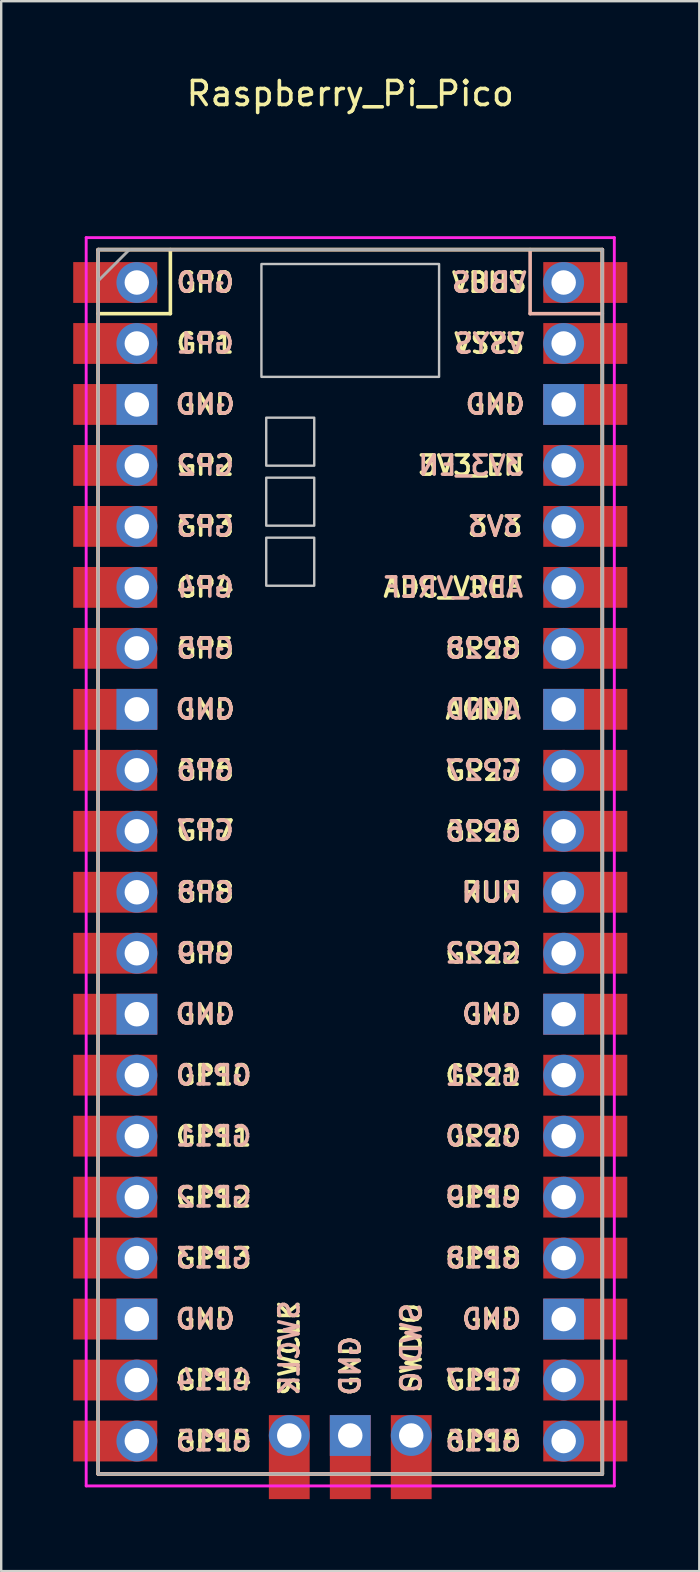
<source format=kicad_pcb>
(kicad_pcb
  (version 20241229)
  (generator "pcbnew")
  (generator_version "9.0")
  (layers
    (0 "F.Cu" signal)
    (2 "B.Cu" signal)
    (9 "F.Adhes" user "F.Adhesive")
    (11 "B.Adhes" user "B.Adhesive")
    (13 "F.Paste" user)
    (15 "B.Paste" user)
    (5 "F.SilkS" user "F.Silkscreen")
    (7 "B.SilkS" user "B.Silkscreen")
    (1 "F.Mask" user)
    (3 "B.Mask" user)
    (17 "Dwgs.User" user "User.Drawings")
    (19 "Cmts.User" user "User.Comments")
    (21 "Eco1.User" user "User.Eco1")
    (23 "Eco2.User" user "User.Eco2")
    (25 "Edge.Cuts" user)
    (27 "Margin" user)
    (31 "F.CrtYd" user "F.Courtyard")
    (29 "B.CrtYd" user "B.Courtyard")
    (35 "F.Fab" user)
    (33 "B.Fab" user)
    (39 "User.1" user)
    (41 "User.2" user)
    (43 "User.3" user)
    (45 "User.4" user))
  (footprint "Raspberry_Pi_Pico"
    (layer "F.Cu")
    (at 11.54 32.848)
    (property "Reference" "Raspberry_Pi_Pico" (at 0 -32 0) (layer "F.SilkS") (effects (font (size 1 1) (thickness 0.15))))
    (attr through_hole)
    (fp_line (start -10.5 -25.5) (end -10.5 25.5) (stroke (width 0.15) (type solid)) (layer "F.SilkS"))
    (fp_line (start -10.5 -25.5) (end 10.5 -25.5) (stroke (width 0.15) (type solid)) (layer "F.SilkS"))
    (fp_line (start -10.5 -22.833) (end -7.493 -22.833) (stroke (width 0.15) (type solid)) (layer "F.SilkS"))
    (fp_line (start -7.493 -22.833) (end -7.493 -25.5) (stroke (width 0.15) (type solid)) (layer "F.SilkS"))
    (fp_line (start 10.5 -25.5) (end 10.5 25.5) (stroke (width 0.15) (type solid)) (layer "F.SilkS"))
    (fp_line (start 10.5 25.5) (end -10.5 25.5) (stroke (width 0.15) (type solid)) (layer "F.SilkS"))
    (fp_line (start -10.5 -25.5) (end -10.5 25.5) (stroke (width 0.15) (type solid)) (layer "B.SilkS"))
    (fp_line (start -10.5 25.5) (end 10.5 25.5) (stroke (width 0.15) (type solid)) (layer "B.SilkS"))
    (fp_line (start 7.493 -22.833) (end 7.493 -25.5) (stroke (width 0.15) (type solid)) (layer "B.SilkS"))
    (fp_line (start 10.5 -25.5) (end -10.5 -25.5) (stroke (width 0.15) (type solid)) (layer "B.SilkS"))
    (fp_line (start 10.5 -25.5) (end 10.5 25.5) (stroke (width 0.15) (type solid)) (layer "B.SilkS"))
    (fp_line (start 10.5 -22.833) (end 7.493 -22.833) (stroke (width 0.15) (type solid)) (layer "B.SilkS"))
    (fp_poly (pts (xy -1.5 -16.5) (xy -3.5 -16.5) (xy -3.5 -18.5) (xy -1.5 -18.5)) (stroke (width 0.1) (type solid)) (fill no) (layer "Dwgs.User"))
    (fp_poly (pts (xy -1.5 -14) (xy -3.5 -14) (xy -3.5 -16) (xy -1.5 -16)) (stroke (width 0.1) (type solid)) (fill no) (layer "Dwgs.User"))
    (fp_poly (pts (xy -1.5 -11.5) (xy -3.5 -11.5) (xy -3.5 -13.5) (xy -1.5 -13.5)) (stroke (width 0.1) (type solid)) (fill no) (layer "Dwgs.User"))
    (fp_poly (pts (xy 3.7 -20.2) (xy -3.7 -20.2) (xy -3.7 -24.9) (xy 3.7 -24.9)) (stroke (width 0.1) (type solid)) (fill no) (layer "Dwgs.User"))
    (fp_line (start -11 -26) (end 11 -26) (stroke (width 0.12) (type solid)) (layer "F.CrtYd"))
    (fp_line (start -11 26) (end -11 -26) (stroke (width 0.12) (type solid)) (layer "F.CrtYd"))
    (fp_line (start 11 -26) (end 11 26) (stroke (width 0.12) (type solid)) (layer "F.CrtYd"))
    (fp_line (start 11 26) (end -11 26) (stroke (width 0.12) (type solid)) (layer "F.CrtYd"))
    (fp_line (start -10.5 -25.5) (end 10.5 -25.5) (stroke (width 0.12) (type solid)) (layer "F.Fab"))
    (fp_line (start -10.5 -24.2) (end -9.2 -25.5) (stroke (width 0.12) (type solid)) (layer "F.Fab"))
    (fp_line (start -10.5 25.5) (end -10.5 -25.5) (stroke (width 0.12) (type solid)) (layer "F.Fab"))
    (fp_line (start 10.5 -25.5) (end 10.5 25.5) (stroke (width 0.12) (type solid)) (layer "F.Fab"))
    (fp_line (start 10.5 25.5) (end -10.5 25.5) (stroke (width 0.12) (type solid)) (layer "F.Fab"))
    (fp_text user "GP18" (at 5.54 16.51 0) (layer "F.SilkS") (effects (font (size 0.8 0.8) (thickness 0.15))))
    (fp_text user "GP13" (at -5.69 16.51 0) (layer "F.SilkS") (effects (font (size 0.8 0.8) (thickness 0.15))))
    (fp_text user "GP28" (at 5.54 -8.89 0) (layer "F.SilkS") (effects (font (size 0.8 0.8) (thickness 0.15))))
    (fp_text user "GP16" (at 5.54 24.13 0) (layer "F.SilkS") (effects (font (size 0.8 0.8) (thickness 0.15))))
    (fp_text user "GP21" (at 5.54 8.9 0) (layer "F.SilkS") (effects (font (size 0.8 0.8) (thickness 0.15))))
    (fp_text user "VSYS" (at 5.79 -21.59 0) (layer "F.SilkS") (effects (font (size 0.8 0.8) (thickness 0.15))))
    (fp_text user "GP0" (at -6.04 -24.13 0) (layer "F.SilkS") (effects (font (size 0.8 0.8) (thickness 0.15))))
    (fp_text user "GND" (at 6.04 -19.05 0) (layer "F.SilkS") (effects (font (size 0.8 0.8) (thickness 0.15))))
    (fp_text user "GP27" (at 5.54 -3.8 0) (layer "F.SilkS") (effects (font (size 0.8 0.8) (thickness 0.15))))
    (fp_text user "GP14" (at -5.69 21.59 0) (layer "F.SilkS") (effects (font (size 0.8 0.8) (thickness 0.15))))
    (fp_text user "GND" (at -6.04 6.35 0) (layer "F.SilkS") (effects (font (size 0.8 0.8) (thickness 0.15))))
    (fp_text user "GP11" (at -5.69 11.43 0) (layer "F.SilkS") (effects (font (size 0.8 0.8) (thickness 0.15))))
    (fp_text user "GP6" (at -6.04 -3.81 0) (layer "F.SilkS") (effects (font (size 0.8 0.8) (thickness 0.15))))
    (fp_text user "GP15" (at -5.69 24.13 0) (layer "F.SilkS") (effects (font (size 0.8 0.8) (thickness 0.15))))
    (fp_text user "GND" (at 5.89 19.05 0) (layer "F.SilkS") (effects (font (size 0.8 0.8) (thickness 0.15))))
    (fp_text user "GP7" (at -6.04 -1.3 0) (layer "F.SilkS") (effects (font (size 0.8 0.8) (thickness 0.15))))
    (fp_text user "GND" (at -6.04 -19.05 0) (layer "F.SilkS") (effects (font (size 0.8 0.8) (thickness 0.15))))
    (fp_text user "GP20" (at 5.54 11.43 0) (layer "F.SilkS") (effects (font (size 0.8 0.8) (thickness 0.15))))
    (fp_text user "3V3_EN" (at 5.04 -16.51 0) (layer "F.SilkS") (effects (font (size 0.8 0.8) (thickness 0.15))))
    (fp_text user "SWDIO" (at 2.54 20.25 90) (layer "F.SilkS") (effects (font (size 0.8 0.8) (thickness 0.15))))
    (fp_text user "RUN" (at 5.89 1.27 0) (layer "F.SilkS") (effects (font (size 0.8 0.8) (thickness 0.15))))
    (fp_text user "VBUS" (at 5.79 -24.13 0) (layer "F.SilkS") (effects (font (size 0.8 0.8) (thickness 0.15))))
    (fp_text user "GP12" (at -5.69 13.97 0) (layer "F.SilkS") (effects (font (size 0.8 0.8) (thickness 0.15))))
    (fp_text user "GP17" (at 5.54 21.59 0) (layer "F.SilkS") (effects (font (size 0.8 0.8) (thickness 0.15))))
    (fp_text user "GP22" (at 5.54 3.81 0) (layer "F.SilkS") (effects (font (size 0.8 0.8) (thickness 0.15))))
    (fp_text user "AGND" (at 5.54 -6.35 0) (layer "F.SilkS") (effects (font (size 0.8 0.8) (thickness 0.15))))
    (fp_text user "GP1" (at -6.04 -21.6 0) (layer "F.SilkS") (effects (font (size 0.8 0.8) (thickness 0.15))))
    (fp_text user "3V3" (at 6.04 -13.97 0) (layer "F.SilkS") (effects (font (size 0.8 0.8) (thickness 0.15))))
    (fp_text user "GP19" (at 5.54 13.97 0) (layer "F.SilkS") (effects (font (size 0.8 0.8) (thickness 0.15))))
    (fp_text user "GP4" (at -6.04 -11.43 0) (layer "F.SilkS") (effects (font (size 0.8 0.8) (thickness 0.15))))
    (fp_text user "GP26" (at 5.54 -1.27 0) (layer "F.SilkS") (effects (font (size 0.8 0.8) (thickness 0.15))))
    (fp_text user "ADC_VREF" (at 4.29 -11.43 0) (layer "F.SilkS") (effects (font (size 0.8 0.8) (thickness 0.15))))
    (fp_text user "SWCLK" (at -2.54 20.25 90) (layer "F.SilkS") (effects (font (size 0.8 0.8) (thickness 0.15))))
    (fp_text user "GND" (at -6.04 19.05 0) (layer "F.SilkS") (effects (font (size 0.8 0.8) (thickness 0.15))))
    (fp_text user "GND" (at 0 21 90) (layer "F.SilkS") (effects (font (size 0.8 0.8) (thickness 0.15))))
    (fp_text user "GP10" (at -5.69 8.89 0) (layer "F.SilkS") (effects (font (size 0.8 0.8) (thickness 0.15))))
    (fp_text user "GP8" (at -6.04 1.27 0) (layer "F.SilkS") (effects (font (size 0.8 0.8) (thickness 0.15))))
    (fp_text user "GP5" (at -6.04 -8.89 0) (layer "F.SilkS") (effects (font (size 0.8 0.8) (thickness 0.15))))
    (fp_text user "GND" (at -6.04 -6.35 0) (layer "F.SilkS") (effects (font (size 0.8 0.8) (thickness 0.15))))
    (fp_text user "GP3" (at -6.04 -13.97 0) (layer "F.SilkS") (effects (font (size 0.8 0.8) (thickness 0.15))))
    (fp_text user "GND" (at 5.89 6.35 0) (layer "F.SilkS") (effects (font (size 0.8 0.8) (thickness 0.15))))
    (fp_text user "GP2" (at -6.04 -16.51 0) (layer "F.SilkS") (effects (font (size 0.8 0.8) (thickness 0.15))))
    (fp_text user "GP9" (at -6.04 3.81 0) (layer "F.SilkS") (effects (font (size 0.8 0.8) (thickness 0.15))))
    (fp_text user "VSYS" (at 5.79 -21.59 0) (layer "B.SilkS") (effects (font (size 0.8 0.8) (thickness 0.15)) (justify mirror)))
    (fp_text user "3V3" (at 6.04 -13.97 0) (layer "B.SilkS") (effects (font (size 0.8 0.8) (thickness 0.15)) (justify mirror)))
    (fp_text user "GP27" (at 5.54 -3.8 0) (layer "B.SilkS") (effects (font (size 0.8 0.8) (thickness 0.15)) (justify mirror)))
    (fp_text user "GP14" (at -5.69 21.59 0) (layer "B.SilkS") (effects (font (size 0.8 0.8) (thickness 0.15)) (justify mirror)))
    (fp_text user "GP17" (at 5.54 21.59 0) (layer "B.SilkS") (effects (font (size 0.8 0.8) (thickness 0.15)) (justify mirror)))
    (fp_text user "GP2" (at -6.04 -16.51 0) (layer "B.SilkS") (effects (font (size 0.8 0.8) (thickness 0.15)) (justify mirror)))
    (fp_text user "GP19" (at 5.54 13.97 0) (layer "B.SilkS") (effects (font (size 0.8 0.8) (thickness 0.15)) (justify mirror)))
    (fp_text user "GND" (at 5.89 19.05 0) (layer "B.SilkS") (effects (font (size 0.8 0.8) (thickness 0.15)) (justify mirror)))
    (fp_text user "GP7" (at -6.04 -1.3 0) (layer "B.SilkS") (effects (font (size 0.8 0.8) (thickness 0.15)) (justify mirror)))
    (fp_text user "GND" (at -6.04 19.05 0) (layer "B.SilkS") (effects (font (size 0.8 0.8) (thickness 0.15)) (justify mirror)))
    (fp_text user "GP13" (at -5.69 16.51 0) (layer "B.SilkS") (effects (font (size 0.8 0.8) (thickness 0.15)) (justify mirror)))
    (fp_text user "GP10" (at -5.69 8.89 0) (layer "B.SilkS") (effects (font (size 0.8 0.8) (thickness 0.15)) (justify mirror)))
    (fp_text user "GP16" (at 5.54 24.13 0) (layer "B.SilkS") (effects (font (size 0.8 0.8) (thickness 0.15)) (justify mirror)))
    (fp_text user "GP4" (at -6.04 -11.43 0) (layer "B.SilkS") (effects (font (size 0.8 0.8) (thickness 0.15)) (justify mirror)))
    (fp_text user "GP15" (at -5.69 24.13 0) (layer "B.SilkS") (effects (font (size 0.8 0.8) (thickness 0.15)) (justify mirror)))
    (fp_text user "VBUS" (at 5.79 -24.13 0) (layer "B.SilkS") (effects (font (size 0.8 0.8) (thickness 0.15)) (justify mirror)))
    (fp_text user "GP21" (at 5.54 8.9 0) (layer "B.SilkS") (effects (font (size 0.8 0.8) (thickness 0.15)) (justify mirror)))
    (fp_text user "GP5" (at -6.04 -8.89 0) (layer "B.SilkS") (effects (font (size 0.8 0.8) (thickness 0.15)) (justify mirror)))
    (fp_text user "GND" (at -6.04 -6.35 0) (layer "B.SilkS") (effects (font (size 0.8 0.8) (thickness 0.15)) (justify mirror)))
    (fp_text user "GND" (at 6.04 -19.05 0) (layer "B.SilkS") (effects (font (size 0.8 0.8) (thickness 0.15)) (justify mirror)))
    (fp_text user "GP20" (at 5.54 11.43 0) (layer "B.SilkS") (effects (font (size 0.8 0.8) (thickness 0.15)) (justify mirror)))
    (fp_text user "GND" (at -6.04 6.35 0) (layer "B.SilkS") (effects (font (size 0.8 0.8) (thickness 0.15)) (justify mirror)))
    (fp_text user "GND" (at 0 21 270) (layer "B.SilkS") (effects (font (size 0.8 0.8) (thickness 0.15)) (justify mirror)))
    (fp_text user "GND" (at -6.04 -19.05 0) (layer "B.SilkS") (effects (font (size 0.8 0.8) (thickness 0.15)) (justify mirror)))
    (fp_text user "GP11" (at -5.69 11.43 0) (layer "B.SilkS") (effects (font (size 0.8 0.8) (thickness 0.15)) (justify mirror)))
    (fp_text user "GP1" (at -6.04 -21.6 0) (layer "B.SilkS") (effects (font (size 0.8 0.8) (thickness 0.15)) (justify mirror)))
    (fp_text user "GP3" (at -6.04 -13.97 0) (layer "B.SilkS") (effects (font (size 0.8 0.8) (thickness 0.15)) (justify mirror)))
    (fp_text user "GP9" (at -6.04 3.81 0) (layer "B.SilkS") (effects (font (size 0.8 0.8) (thickness 0.15)) (justify mirror)))
    (fp_text user "AGND" (at 5.54 -6.35 0) (layer "B.SilkS") (effects (font (size 0.8 0.8) (thickness 0.15)) (justify mirror)))
    (fp_text user "GP22" (at 5.54 3.81 0) (layer "B.SilkS") (effects (font (size 0.8 0.8) (thickness 0.15)) (justify mirror)))
    (fp_text user "GP26" (at 5.54 -1.27 0) (layer "B.SilkS") (effects (font (size 0.8 0.8) (thickness 0.15)) (justify mirror)))
    (fp_text user "GP18" (at 5.54 16.51 0) (layer "B.SilkS") (effects (font (size 0.8 0.8) (thickness 0.15)) (justify mirror)))
    (fp_text user "GP8" (at -6.04 1.27 0) (layer "B.SilkS") (effects (font (size 0.8 0.8) (thickness 0.15)) (justify mirror)))
    (fp_text user "GP28" (at 5.54 -8.89 0) (layer "B.SilkS") (effects (font (size 0.8 0.8) (thickness 0.15)) (justify mirror)))
    (fp_text user "SWDIO" (at 2.54 20.25 270) (layer "B.SilkS") (effects (font (size 0.8 0.8) (thickness 0.15)) (justify mirror)))
    (fp_text user "GP6" (at -6.04 -3.81 0) (layer "B.SilkS") (effects (font (size 0.8 0.8) (thickness 0.15)) (justify mirror)))
    (fp_text user "SWCLK" (at -2.54 20.25 270) (layer "B.SilkS") (effects (font (size 0.8 0.8) (thickness 0.15)) (justify mirror)))
    (fp_text user "GP12" (at -5.69 13.97 0) (layer "B.SilkS") (effects (font (size 0.8 0.8) (thickness 0.15)) (justify mirror)))
    (fp_text user "GND" (at 5.89 6.35 0) (layer "B.SilkS") (effects (font (size 0.8 0.8) (thickness 0.15)) (justify mirror)))
    (fp_text user "ADC_VREF" (at 4.29 -11.43 0) (layer "B.SilkS") (effects (font (size 0.8 0.8) (thickness 0.15)) (justify mirror)))
    (fp_text user "RUN" (at 5.89 1.27 0) (layer "B.SilkS") (effects (font (size 0.8 0.8) (thickness 0.15)) (justify mirror)))
    (fp_text user "GP0" (at -6.04 -24.13 0) (layer "B.SilkS") (effects (font (size 0.8 0.8) (thickness 0.15)) (justify mirror)))
    (fp_text user "3V3_EN" (at 5.04 -16.51 0) (layer "B.SilkS") (effects (font (size 0.8 0.8) (thickness 0.15)) (justify mirror)))
    (pad "1" thru_hole oval (at -8.89 -24.13) (size 1.7 1.7) (drill 1.02) (layers "*.Cu" "*.Mask"))
    (pad "1" smd rect (at -8.89 -24.13) (size 3.5 1.7) (drill (offset -0.9 0)) (layers "F.Cu" "F.Mask"))
    (pad "2" thru_hole oval (at -8.89 -21.59) (size 1.7 1.7) (drill 1.02) (layers "*.Cu" "*.Mask"))
    (pad "2" smd rect (at -8.89 -21.59) (size 3.5 1.7) (drill (offset -0.9 0)) (layers "F.Cu" "F.Mask"))
    (pad "3" thru_hole rect (at -8.89 -19.05) (size 1.7 1.7) (drill 1.02) (layers "*.Cu" "*.Mask"))
    (pad "3" smd rect (at -8.89 -19.05) (size 3.5 1.7) (drill (offset -0.9 0)) (layers "F.Cu" "F.Mask"))
    (pad "4" thru_hole oval (at -8.89 -16.51) (size 1.7 1.7) (drill 1.02) (layers "*.Cu" "*.Mask"))
    (pad "4" smd rect (at -8.89 -16.51) (size 3.5 1.7) (drill (offset -0.9 0)) (layers "F.Cu" "F.Mask"))
    (pad "5" thru_hole oval (at -8.89 -13.97) (size 1.7 1.7) (drill 1.02) (layers "*.Cu" "*.Mask"))
    (pad "5" smd rect (at -8.89 -13.97) (size 3.5 1.7) (drill (offset -0.9 0)) (layers "F.Cu" "F.Mask"))
    (pad "6" thru_hole oval (at -8.89 -11.43) (size 1.7 1.7) (drill 1.02) (layers "*.Cu" "*.Mask"))
    (pad "6" smd rect (at -8.89 -11.43) (size 3.5 1.7) (drill (offset -0.9 0)) (layers "F.Cu" "F.Mask"))
    (pad "7" thru_hole oval (at -8.89 -8.89) (size 1.7 1.7) (drill 1.02) (layers "*.Cu" "*.Mask"))
    (pad "7" smd rect (at -8.89 -8.89) (size 3.5 1.7) (drill (offset -0.9 0)) (layers "F.Cu" "F.Mask"))
    (pad "8" thru_hole rect (at -8.89 -6.35) (size 1.7 1.7) (drill 1.02) (layers "*.Cu" "*.Mask"))
    (pad "8" smd rect (at -8.89 -6.35) (size 3.5 1.7) (drill (offset -0.9 0)) (layers "F.Cu" "F.Mask"))
    (pad "9" thru_hole oval (at -8.89 -3.81) (size 1.7 1.7) (drill 1.02) (layers "*.Cu" "*.Mask"))
    (pad "9" smd rect (at -8.89 -3.81) (size 3.5 1.7) (drill (offset -0.9 0)) (layers "F.Cu" "F.Mask"))
    (pad "10" thru_hole oval (at -8.89 -1.27) (size 1.7 1.7) (drill 1.02) (layers "*.Cu" "*.Mask"))
    (pad "10" smd rect (at -8.89 -1.27) (size 3.5 1.7) (drill (offset -0.9 0)) (layers "F.Cu" "F.Mask"))
    (pad "11" thru_hole oval (at -8.89 1.27) (size 1.7 1.7) (drill 1.02) (layers "*.Cu" "*.Mask"))
    (pad "11" smd rect (at -8.89 1.27) (size 3.5 1.7) (drill (offset -0.9 0)) (layers "F.Cu" "F.Mask"))
    (pad "12" thru_hole oval (at -8.89 3.81) (size 1.7 1.7) (drill 1.02) (layers "*.Cu" "*.Mask"))
    (pad "12" smd rect (at -8.89 3.81) (size 3.5 1.7) (drill (offset -0.9 0)) (layers "F.Cu" "F.Mask"))
    (pad "13" thru_hole rect (at -8.89 6.35) (size 1.7 1.7) (drill 1.02) (layers "*.Cu" "*.Mask"))
    (pad "13" smd rect (at -8.89 6.35) (size 3.5 1.7) (drill (offset -0.9 0)) (layers "F.Cu" "F.Mask"))
    (pad "14" thru_hole oval (at -8.89 8.89) (size 1.7 1.7) (drill 1.02) (layers "*.Cu" "*.Mask"))
    (pad "14" smd rect (at -8.89 8.89) (size 3.5 1.7) (drill (offset -0.9 0)) (layers "F.Cu" "F.Mask"))
    (pad "15" thru_hole oval (at -8.89 11.43) (size 1.7 1.7) (drill 1.02) (layers "*.Cu" "*.Mask"))
    (pad "15" smd rect (at -8.89 11.43) (size 3.5 1.7) (drill (offset -0.9 0)) (layers "F.Cu" "F.Mask"))
    (pad "16" thru_hole oval (at -8.89 13.97) (size 1.7 1.7) (drill 1.02) (layers "*.Cu" "*.Mask"))
    (pad "16" smd rect (at -8.89 13.97) (size 3.5 1.7) (drill (offset -0.9 0)) (layers "F.Cu" "F.Mask"))
    (pad "17" thru_hole oval (at -8.89 16.51) (size 1.7 1.7) (drill 1.02) (layers "*.Cu" "*.Mask"))
    (pad "17" smd rect (at -8.89 16.51) (size 3.5 1.7) (drill (offset -0.9 0)) (layers "F.Cu" "F.Mask"))
    (pad "18" thru_hole rect (at -8.89 19.05) (size 1.7 1.7) (drill 1.02) (layers "*.Cu" "*.Mask"))
    (pad "18" smd rect (at -8.89 19.05) (size 3.5 1.7) (drill (offset -0.9 0)) (layers "F.Cu" "F.Mask"))
    (pad "19" thru_hole oval (at -8.89 21.59) (size 1.7 1.7) (drill 1.02) (layers "*.Cu" "*.Mask"))
    (pad "19" smd rect (at -8.89 21.59) (size 3.5 1.7) (drill (offset -0.9 0)) (layers "F.Cu" "F.Mask"))
    (pad "20" thru_hole oval (at -8.89 24.13) (size 1.7 1.7) (drill 1.02) (layers "*.Cu" "*.Mask"))
    (pad "20" smd rect (at -8.89 24.13) (size 3.5 1.7) (drill (offset -0.9 0)) (layers "F.Cu" "F.Mask"))
    (pad "21" thru_hole oval (at 8.89 24.13) (size 1.7 1.7) (drill 1.02) (layers "*.Cu" "*.Mask"))
    (pad "21" smd rect (at 8.89 24.13) (size 3.5 1.7) (drill (offset 0.9 0)) (layers "F.Cu" "F.Mask"))
    (pad "22" thru_hole oval (at 8.89 21.59) (size 1.7 1.7) (drill 1.02) (layers "*.Cu" "*.Mask"))
    (pad "22" smd rect (at 8.89 21.59) (size 3.5 1.7) (drill (offset 0.9 0)) (layers "F.Cu" "F.Mask"))
    (pad "23" thru_hole rect (at 8.89 19.05) (size 1.7 1.7) (drill 1.02) (layers "*.Cu" "*.Mask"))
    (pad "23" smd rect (at 8.89 19.05) (size 3.5 1.7) (drill (offset 0.9 0)) (layers "F.Cu" "F.Mask"))
    (pad "24" thru_hole oval (at 8.89 16.51) (size 1.7 1.7) (drill 1.02) (layers "*.Cu" "*.Mask"))
    (pad "24" smd rect (at 8.89 16.51) (size 3.5 1.7) (drill (offset 0.9 0)) (layers "F.Cu" "F.Mask"))
    (pad "25" thru_hole oval (at 8.89 13.97) (size 1.7 1.7) (drill 1.02) (layers "*.Cu" "*.Mask"))
    (pad "25" smd rect (at 8.89 13.97) (size 3.5 1.7) (drill (offset 0.9 0)) (layers "F.Cu" "F.Mask"))
    (pad "26" thru_hole oval (at 8.89 11.43) (size 1.7 1.7) (drill 1.02) (layers "*.Cu" "*.Mask"))
    (pad "26" smd rect (at 8.89 11.43) (size 3.5 1.7) (drill (offset 0.9 0)) (layers "F.Cu" "F.Mask"))
    (pad "27" thru_hole oval (at 8.89 8.89) (size 1.7 1.7) (drill 1.02) (layers "*.Cu" "*.Mask"))
    (pad "27" smd rect (at 8.89 8.89) (size 3.5 1.7) (drill (offset 0.9 0)) (layers "F.Cu" "F.Mask"))
    (pad "28" thru_hole rect (at 8.89 6.35) (size 1.7 1.7) (drill 1.02) (layers "*.Cu" "*.Mask"))
    (pad "28" smd rect (at 8.89 6.35) (size 3.5 1.7) (drill (offset 0.9 0)) (layers "F.Cu" "F.Mask"))
    (pad "29" thru_hole oval (at 8.89 3.81) (size 1.7 1.7) (drill 1.02) (layers "*.Cu" "*.Mask"))
    (pad "29" smd rect (at 8.89 3.81) (size 3.5 1.7) (drill (offset 0.9 0)) (layers "F.Cu" "F.Mask"))
    (pad "30" thru_hole oval (at 8.89 1.27) (size 1.7 1.7) (drill 1.02) (layers "*.Cu" "*.Mask"))
    (pad "30" smd rect (at 8.89 1.27) (size 3.5 1.7) (drill (offset 0.9 0)) (layers "F.Cu" "F.Mask"))
    (pad "31" thru_hole oval (at 8.89 -1.27) (size 1.7 1.7) (drill 1.02) (layers "*.Cu" "*.Mask"))
    (pad "31" smd rect (at 8.89 -1.27) (size 3.5 1.7) (drill (offset 0.9 0)) (layers "F.Cu" "F.Mask"))
    (pad "32" thru_hole oval (at 8.89 -3.81) (size 1.7 1.7) (drill 1.02) (layers "*.Cu" "*.Mask"))
    (pad "32" smd rect (at 8.89 -3.81) (size 3.5 1.7) (drill (offset 0.9 0)) (layers "F.Cu" "F.Mask"))
    (pad "33" thru_hole rect (at 8.89 -6.35) (size 1.7 1.7) (drill 1.02) (layers "*.Cu" "*.Mask"))
    (pad "33" smd rect (at 8.89 -6.35) (size 3.5 1.7) (drill (offset 0.9 0)) (layers "F.Cu" "F.Mask"))
    (pad "34" thru_hole oval (at 8.89 -8.89) (size 1.7 1.7) (drill 1.02) (layers "*.Cu" "*.Mask"))
    (pad "34" smd rect (at 8.89 -8.89) (size 3.5 1.7) (drill (offset 0.9 0)) (layers "F.Cu" "F.Mask"))
    (pad "35" thru_hole oval (at 8.89 -11.43) (size 1.7 1.7) (drill 1.02) (layers "*.Cu" "*.Mask"))
    (pad "35" smd rect (at 8.89 -11.43) (size 3.5 1.7) (drill (offset 0.9 0)) (layers "F.Cu" "F.Mask"))
    (pad "36" thru_hole oval (at 8.89 -13.97) (size 1.7 1.7) (drill 1.02) (layers "*.Cu" "*.Mask"))
    (pad "36" smd rect (at 8.89 -13.97) (size 3.5 1.7) (drill (offset 0.9 0)) (layers "F.Cu" "F.Mask"))
    (pad "37" thru_hole oval (at 8.89 -16.51) (size 1.7 1.7) (drill 1.02) (layers "*.Cu" "*.Mask"))
    (pad "37" smd rect (at 8.89 -16.51) (size 3.5 1.7) (drill (offset 0.9 0)) (layers "F.Cu" "F.Mask"))
    (pad "38" thru_hole rect (at 8.89 -19.05) (size 1.7 1.7) (drill 1.02) (layers "*.Cu" "*.Mask"))
    (pad "38" smd rect (at 8.89 -19.05) (size 3.5 1.7) (drill (offset 0.9 0)) (layers "F.Cu" "F.Mask"))
    (pad "39" thru_hole oval (at 8.89 -21.59) (size 1.7 1.7) (drill 1.02) (layers "*.Cu" "*.Mask"))
    (pad "39" smd rect (at 8.89 -21.59) (size 3.5 1.7) (drill (offset 0.9 0)) (layers "F.Cu" "F.Mask"))
    (pad "40" thru_hole oval (at 8.89 -24.13) (size 1.7 1.7) (drill 1.02) (layers "*.Cu" "*.Mask"))
    (pad "40" smd rect (at 8.89 -24.13) (size 3.5 1.7) (drill (offset 0.9 0)) (layers "F.Cu" "F.Mask"))
    (pad "41" thru_hole oval (at -2.54 23.9) (size 1.7 1.7) (drill 1.02) (layers "*.Cu" "*.Mask"))
    (pad "41" smd rect (at -2.54 23.9 90) (size 3.5 1.7) (drill (offset -0.9 0)) (layers "F.Cu" "F.Mask"))
    (pad "42" thru_hole rect (at 0 23.9) (size 1.7 1.7) (drill 1.02) (layers "*.Cu" "*.Mask"))
    (pad "42" smd rect (at 0 23.9 90) (size 3.5 1.7) (drill (offset -0.9 0)) (layers "F.Cu" "F.Mask"))
    (pad "43" thru_hole oval (at 2.54 23.9) (size 1.7 1.7) (drill 1.02) (layers "*.Cu" "*.Mask"))
    (pad "43" smd rect (at 2.54 23.9 90) (size 3.5 1.7) (drill (offset -0.9 0)) (layers "F.Cu" "F.Mask")))
  (gr_rect
    (start -3 -3)
    (end 26.08 62.398)
    (stroke (width 0.1) (type default))
    (fill no)
    (layer "Edge.Cuts")))
</source>
